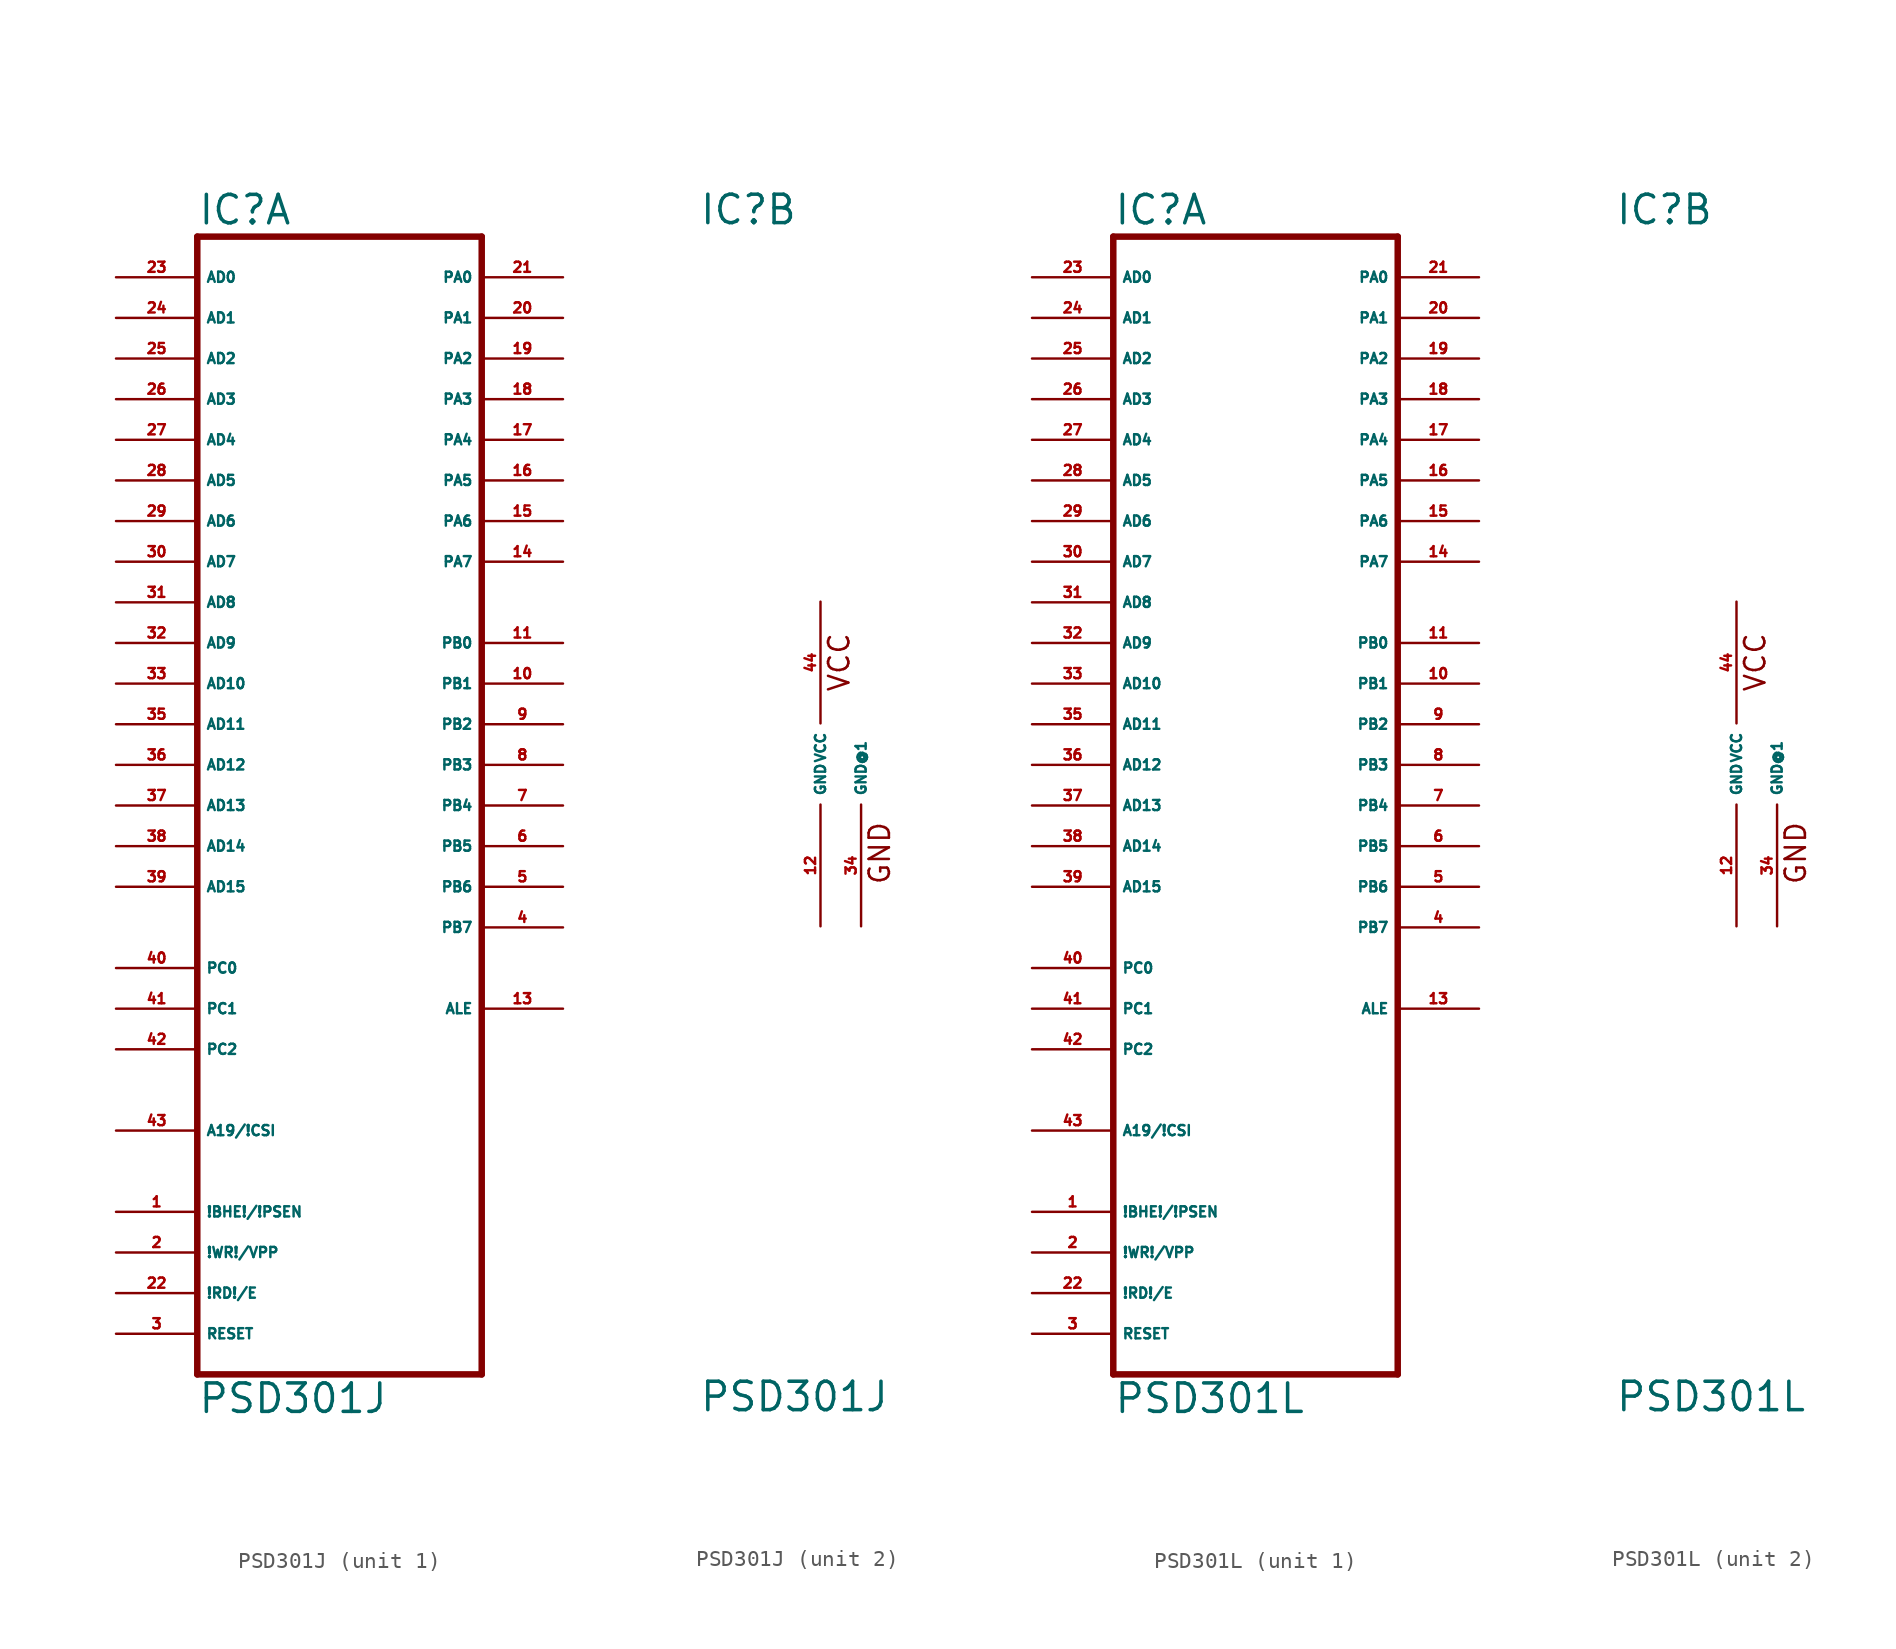
<source format=kicad_sym>
(kicad_symbol_lib
  (version 20220914)
  (generator Eagle2Kicad)
  (symbol "PSD301J"
    (property "Reference" "IC"
      (at -7.62 33.655 0)
      (effects (font (size 1.778 1.778) (thickness 0.22)) (justify left bottom)))
    (property "Value" "PSD301J"
      (at -7.62 -40.64 0)
      (effects (font (size 1.778 1.778) (thickness 0.22)) (justify left bottom)))
    (symbol "PSD301J_1_0"
      (polyline (pts (xy -7.62 -38.1) (xy 10.16 -38.1)) (stroke (width 0.406) (type default)) (fill (type none)))
      (polyline (pts (xy 10.16 -38.1) (xy 10.16 33.02)) (stroke (width 0.406) (type default)) (fill (type none)))
      (polyline (pts (xy 10.16 33.02) (xy -7.62 33.02)) (stroke (width 0.406) (type default)) (fill (type none)))
      (polyline (pts (xy -7.62 33.02) (xy -7.62 -38.1)) (stroke (width 0.406) (type default)) (fill (type none)))
      (pin input line (at -12.7 30.48 0) (length 5.08) (name "AD0" (effects (font (size 0.635 0.635) (thickness 0.08)) (justify left bottom))) (number "23" (effects (font (size 0.635 0.635) (thickness 0.08)) (justify left bottom))))
      (pin input line (at -12.7 27.94 0) (length 5.08) (name "AD1" (effects (font (size 0.635 0.635) (thickness 0.08)) (justify left bottom))) (number "24" (effects (font (size 0.635 0.635) (thickness 0.08)) (justify left bottom))))
      (pin input line (at -12.7 25.4 0) (length 5.08) (name "AD2" (effects (font (size 0.635 0.635) (thickness 0.08)) (justify left bottom))) (number "25" (effects (font (size 0.635 0.635) (thickness 0.08)) (justify left bottom))))
      (pin input line (at -12.7 22.86 0) (length 5.08) (name "AD3" (effects (font (size 0.635 0.635) (thickness 0.08)) (justify left bottom))) (number "26" (effects (font (size 0.635 0.635) (thickness 0.08)) (justify left bottom))))
      (pin input line (at -12.7 20.32 0) (length 5.08) (name "AD4" (effects (font (size 0.635 0.635) (thickness 0.08)) (justify left bottom))) (number "27" (effects (font (size 0.635 0.635) (thickness 0.08)) (justify left bottom))))
      (pin input line (at -12.7 17.78 0) (length 5.08) (name "AD5" (effects (font (size 0.635 0.635) (thickness 0.08)) (justify left bottom))) (number "28" (effects (font (size 0.635 0.635) (thickness 0.08)) (justify left bottom))))
      (pin input line (at -12.7 15.24 0) (length 5.08) (name "AD6" (effects (font (size 0.635 0.635) (thickness 0.08)) (justify left bottom))) (number "29" (effects (font (size 0.635 0.635) (thickness 0.08)) (justify left bottom))))
      (pin input line (at -12.7 12.7 0) (length 5.08) (name "AD7" (effects (font (size 0.635 0.635) (thickness 0.08)) (justify left bottom))) (number "30" (effects (font (size 0.635 0.635) (thickness 0.08)) (justify left bottom))))
      (pin input line (at -12.7 10.16 0) (length 5.08) (name "AD8" (effects (font (size 0.635 0.635) (thickness 0.08)) (justify left bottom))) (number "31" (effects (font (size 0.635 0.635) (thickness 0.08)) (justify left bottom))))
      (pin input line (at -12.7 7.62 0) (length 5.08) (name "AD9" (effects (font (size 0.635 0.635) (thickness 0.08)) (justify left bottom))) (number "32" (effects (font (size 0.635 0.635) (thickness 0.08)) (justify left bottom))))
      (pin input line (at -12.7 5.08 0) (length 5.08) (name "AD10" (effects (font (size 0.635 0.635) (thickness 0.08)) (justify left bottom))) (number "33" (effects (font (size 0.635 0.635) (thickness 0.08)) (justify left bottom))))
      (pin input line (at -12.7 2.54 0) (length 5.08) (name "AD11" (effects (font (size 0.635 0.635) (thickness 0.08)) (justify left bottom))) (number "35" (effects (font (size 0.635 0.635) (thickness 0.08)) (justify left bottom))))
      (pin input line (at -12.7 0 0) (length 5.08) (name "AD12" (effects (font (size 0.635 0.635) (thickness 0.08)) (justify left bottom))) (number "36" (effects (font (size 0.635 0.635) (thickness 0.08)) (justify left bottom))))
      (pin input line (at -12.7 -2.54 0) (length 5.08) (name "AD13" (effects (font (size 0.635 0.635) (thickness 0.08)) (justify left bottom))) (number "37" (effects (font (size 0.635 0.635) (thickness 0.08)) (justify left bottom))))
      (pin input line (at -12.7 -5.08 0) (length 5.08) (name "AD14" (effects (font (size 0.635 0.635) (thickness 0.08)) (justify left bottom))) (number "38" (effects (font (size 0.635 0.635) (thickness 0.08)) (justify left bottom))))
      (pin input line (at -12.7 -7.62 0) (length 5.08) (name "AD15" (effects (font (size 0.635 0.635) (thickness 0.08)) (justify left bottom))) (number "39" (effects (font (size 0.635 0.635) (thickness 0.08)) (justify left bottom))))
      (pin input line (at -12.7 -12.7 0) (length 5.08) (name "PC0" (effects (font (size 0.635 0.635) (thickness 0.08)) (justify left bottom))) (number "40" (effects (font (size 0.635 0.635) (thickness 0.08)) (justify left bottom))))
      (pin input line (at -12.7 -15.24 0) (length 5.08) (name "PC1" (effects (font (size 0.635 0.635) (thickness 0.08)) (justify left bottom))) (number "41" (effects (font (size 0.635 0.635) (thickness 0.08)) (justify left bottom))))
      (pin input line (at -12.7 -17.78 0) (length 5.08) (name "PC2" (effects (font (size 0.635 0.635) (thickness 0.08)) (justify left bottom))) (number "42" (effects (font (size 0.635 0.635) (thickness 0.08)) (justify left bottom))))
      (pin input line (at -12.7 -22.86 0) (length 5.08) (name "A19/!CSI" (effects (font (size 0.635 0.635) (thickness 0.08)) (justify left bottom))) (number "43" (effects (font (size 0.635 0.635) (thickness 0.08)) (justify left bottom))))
      (pin bidirectional line (at 15.24 30.48 180) (length 5.08) (name "PA0" (effects (font (size 0.635 0.635) (thickness 0.08)) (justify left bottom))) (number "21" (effects (font (size 0.635 0.635) (thickness 0.08)) (justify left bottom))))
      (pin bidirectional line (at 15.24 27.94 180) (length 5.08) (name "PA1" (effects (font (size 0.635 0.635) (thickness 0.08)) (justify left bottom))) (number "20" (effects (font (size 0.635 0.635) (thickness 0.08)) (justify left bottom))))
      (pin bidirectional line (at 15.24 25.4 180) (length 5.08) (name "PA2" (effects (font (size 0.635 0.635) (thickness 0.08)) (justify left bottom))) (number "19" (effects (font (size 0.635 0.635) (thickness 0.08)) (justify left bottom))))
      (pin bidirectional line (at 15.24 22.86 180) (length 5.08) (name "PA3" (effects (font (size 0.635 0.635) (thickness 0.08)) (justify left bottom))) (number "18" (effects (font (size 0.635 0.635) (thickness 0.08)) (justify left bottom))))
      (pin bidirectional line (at 15.24 20.32 180) (length 5.08) (name "PA4" (effects (font (size 0.635 0.635) (thickness 0.08)) (justify left bottom))) (number "17" (effects (font (size 0.635 0.635) (thickness 0.08)) (justify left bottom))))
      (pin bidirectional line (at 15.24 17.78 180) (length 5.08) (name "PA5" (effects (font (size 0.635 0.635) (thickness 0.08)) (justify left bottom))) (number "16" (effects (font (size 0.635 0.635) (thickness 0.08)) (justify left bottom))))
      (pin bidirectional line (at 15.24 15.24 180) (length 5.08) (name "PA6" (effects (font (size 0.635 0.635) (thickness 0.08)) (justify left bottom))) (number "15" (effects (font (size 0.635 0.635) (thickness 0.08)) (justify left bottom))))
      (pin bidirectional line (at 15.24 12.7 180) (length 5.08) (name "PA7" (effects (font (size 0.635 0.635) (thickness 0.08)) (justify left bottom))) (number "14" (effects (font (size 0.635 0.635) (thickness 0.08)) (justify left bottom))))
      (pin output line (at 15.24 7.62 180) (length 5.08) (name "PB0" (effects (font (size 0.635 0.635) (thickness 0.08)) (justify left bottom))) (number "11" (effects (font (size 0.635 0.635) (thickness 0.08)) (justify left bottom))))
      (pin output line (at 15.24 5.08 180) (length 5.08) (name "PB1" (effects (font (size 0.635 0.635) (thickness 0.08)) (justify left bottom))) (number "10" (effects (font (size 0.635 0.635) (thickness 0.08)) (justify left bottom))))
      (pin output line (at 15.24 2.54 180) (length 5.08) (name "PB2" (effects (font (size 0.635 0.635) (thickness 0.08)) (justify left bottom))) (number "9" (effects (font (size 0.635 0.635) (thickness 0.08)) (justify left bottom))))
      (pin output line (at 15.24 0 180) (length 5.08) (name "PB3" (effects (font (size 0.635 0.635) (thickness 0.08)) (justify left bottom))) (number "8" (effects (font (size 0.635 0.635) (thickness 0.08)) (justify left bottom))))
      (pin output line (at 15.24 -2.54 180) (length 5.08) (name "PB4" (effects (font (size 0.635 0.635) (thickness 0.08)) (justify left bottom))) (number "7" (effects (font (size 0.635 0.635) (thickness 0.08)) (justify left bottom))))
      (pin output line (at 15.24 -5.08 180) (length 5.08) (name "PB5" (effects (font (size 0.635 0.635) (thickness 0.08)) (justify left bottom))) (number "6" (effects (font (size 0.635 0.635) (thickness 0.08)) (justify left bottom))))
      (pin output line (at 15.24 -7.62 180) (length 5.08) (name "PB6" (effects (font (size 0.635 0.635) (thickness 0.08)) (justify left bottom))) (number "5" (effects (font (size 0.635 0.635) (thickness 0.08)) (justify left bottom))))
      (pin output line (at 15.24 -10.16 180) (length 5.08) (name "PB7" (effects (font (size 0.635 0.635) (thickness 0.08)) (justify left bottom))) (number "4" (effects (font (size 0.635 0.635) (thickness 0.08)) (justify left bottom))))
      (pin output line (at 15.24 -15.24 180) (length 5.08) (name "ALE" (effects (font (size 0.635 0.635) (thickness 0.08)) (justify left bottom))) (number "13" (effects (font (size 0.635 0.635) (thickness 0.08)) (justify left bottom))))
      (pin input line (at -12.7 -27.94 0) (length 5.08) (name "!BHE!/!PSEN" (effects (font (size 0.635 0.635) (thickness 0.08)) (justify left bottom))) (number "1" (effects (font (size 0.635 0.635) (thickness 0.08)) (justify left bottom))))
      (pin input line (at -12.7 -30.48 0) (length 5.08) (name "!WR!/VPP" (effects (font (size 0.635 0.635) (thickness 0.08)) (justify left bottom))) (number "2" (effects (font (size 0.635 0.635) (thickness 0.08)) (justify left bottom))))
      (pin input line (at -12.7 -33.02 0) (length 5.08) (name "!RD!/E" (effects (font (size 0.635 0.635) (thickness 0.08)) (justify left bottom))) (number "22" (effects (font (size 0.635 0.635) (thickness 0.08)) (justify left bottom))))
      (pin input line (at -12.7 -35.56 0) (length 5.08) (name "RESET" (effects (font (size 0.635 0.635) (thickness 0.08)) (justify left bottom))) (number "3" (effects (font (size 0.635 0.635) (thickness 0.08)) (justify left bottom)))))
    (symbol "PSD301J_2_0"
      (text "VCC" (at 1.905 4.445 900) (effects (font (size 1.27 1.27) (thickness 0.16)) (justify left bottom)))
      (text "GND" (at 4.445 -7.62 900) (effects (font (size 1.27 1.27) (thickness 0.16)) (justify left bottom)))
      (pin unspecified line (at 0 10.16 270) (length 7.62) (name "VCC" (effects (font (size 0.635 0.635) (thickness 0.08)) (justify left bottom))) (number "44" (effects (font (size 0.635 0.635) (thickness 0.08)) (justify left bottom))))
      (pin unspecified line (at 0 -10.16 90) (length 7.62) (name "GND" (effects (font (size 0.635 0.635) (thickness 0.08)) (justify left bottom))) (number "12" (effects (font (size 0.635 0.635) (thickness 0.08)) (justify left bottom))))
      (pin unspecified line (at 2.54 -10.16 90) (length 7.62) (name "GND@1" (effects (font (size 0.635 0.635) (thickness 0.08)) (justify left bottom))) (number "34" (effects (font (size 0.635 0.635) (thickness 0.08)) (justify left bottom))))))
  (symbol "PSD301L"
    (property "Reference" "IC"
      (at -7.62 33.655 0)
      (effects (font (size 1.778 1.778) (thickness 0.22)) (justify left bottom)))
    (property "Value" "PSD301L"
      (at -7.62 -40.64 0)
      (effects (font (size 1.778 1.778) (thickness 0.22)) (justify left bottom)))
    (symbol "PSD301L_1_0"
      (polyline (pts (xy -7.62 -38.1) (xy 10.16 -38.1)) (stroke (width 0.406) (type default)) (fill (type none)))
      (polyline (pts (xy 10.16 -38.1) (xy 10.16 33.02)) (stroke (width 0.406) (type default)) (fill (type none)))
      (polyline (pts (xy 10.16 33.02) (xy -7.62 33.02)) (stroke (width 0.406) (type default)) (fill (type none)))
      (polyline (pts (xy -7.62 33.02) (xy -7.62 -38.1)) (stroke (width 0.406) (type default)) (fill (type none)))
      (pin input line (at -12.7 30.48 0) (length 5.08) (name "AD0" (effects (font (size 0.635 0.635) (thickness 0.08)) (justify left bottom))) (number "23" (effects (font (size 0.635 0.635) (thickness 0.08)) (justify left bottom))))
      (pin input line (at -12.7 27.94 0) (length 5.08) (name "AD1" (effects (font (size 0.635 0.635) (thickness 0.08)) (justify left bottom))) (number "24" (effects (font (size 0.635 0.635) (thickness 0.08)) (justify left bottom))))
      (pin input line (at -12.7 25.4 0) (length 5.08) (name "AD2" (effects (font (size 0.635 0.635) (thickness 0.08)) (justify left bottom))) (number "25" (effects (font (size 0.635 0.635) (thickness 0.08)) (justify left bottom))))
      (pin input line (at -12.7 22.86 0) (length 5.08) (name "AD3" (effects (font (size 0.635 0.635) (thickness 0.08)) (justify left bottom))) (number "26" (effects (font (size 0.635 0.635) (thickness 0.08)) (justify left bottom))))
      (pin input line (at -12.7 20.32 0) (length 5.08) (name "AD4" (effects (font (size 0.635 0.635) (thickness 0.08)) (justify left bottom))) (number "27" (effects (font (size 0.635 0.635) (thickness 0.08)) (justify left bottom))))
      (pin input line (at -12.7 17.78 0) (length 5.08) (name "AD5" (effects (font (size 0.635 0.635) (thickness 0.08)) (justify left bottom))) (number "28" (effects (font (size 0.635 0.635) (thickness 0.08)) (justify left bottom))))
      (pin input line (at -12.7 15.24 0) (length 5.08) (name "AD6" (effects (font (size 0.635 0.635) (thickness 0.08)) (justify left bottom))) (number "29" (effects (font (size 0.635 0.635) (thickness 0.08)) (justify left bottom))))
      (pin input line (at -12.7 12.7 0) (length 5.08) (name "AD7" (effects (font (size 0.635 0.635) (thickness 0.08)) (justify left bottom))) (number "30" (effects (font (size 0.635 0.635) (thickness 0.08)) (justify left bottom))))
      (pin input line (at -12.7 10.16 0) (length 5.08) (name "AD8" (effects (font (size 0.635 0.635) (thickness 0.08)) (justify left bottom))) (number "31" (effects (font (size 0.635 0.635) (thickness 0.08)) (justify left bottom))))
      (pin input line (at -12.7 7.62 0) (length 5.08) (name "AD9" (effects (font (size 0.635 0.635) (thickness 0.08)) (justify left bottom))) (number "32" (effects (font (size 0.635 0.635) (thickness 0.08)) (justify left bottom))))
      (pin input line (at -12.7 5.08 0) (length 5.08) (name "AD10" (effects (font (size 0.635 0.635) (thickness 0.08)) (justify left bottom))) (number "33" (effects (font (size 0.635 0.635) (thickness 0.08)) (justify left bottom))))
      (pin input line (at -12.7 2.54 0) (length 5.08) (name "AD11" (effects (font (size 0.635 0.635) (thickness 0.08)) (justify left bottom))) (number "35" (effects (font (size 0.635 0.635) (thickness 0.08)) (justify left bottom))))
      (pin input line (at -12.7 0 0) (length 5.08) (name "AD12" (effects (font (size 0.635 0.635) (thickness 0.08)) (justify left bottom))) (number "36" (effects (font (size 0.635 0.635) (thickness 0.08)) (justify left bottom))))
      (pin input line (at -12.7 -2.54 0) (length 5.08) (name "AD13" (effects (font (size 0.635 0.635) (thickness 0.08)) (justify left bottom))) (number "37" (effects (font (size 0.635 0.635) (thickness 0.08)) (justify left bottom))))
      (pin input line (at -12.7 -5.08 0) (length 5.08) (name "AD14" (effects (font (size 0.635 0.635) (thickness 0.08)) (justify left bottom))) (number "38" (effects (font (size 0.635 0.635) (thickness 0.08)) (justify left bottom))))
      (pin input line (at -12.7 -7.62 0) (length 5.08) (name "AD15" (effects (font (size 0.635 0.635) (thickness 0.08)) (justify left bottom))) (number "39" (effects (font (size 0.635 0.635) (thickness 0.08)) (justify left bottom))))
      (pin input line (at -12.7 -12.7 0) (length 5.08) (name "PC0" (effects (font (size 0.635 0.635) (thickness 0.08)) (justify left bottom))) (number "40" (effects (font (size 0.635 0.635) (thickness 0.08)) (justify left bottom))))
      (pin input line (at -12.7 -15.24 0) (length 5.08) (name "PC1" (effects (font (size 0.635 0.635) (thickness 0.08)) (justify left bottom))) (number "41" (effects (font (size 0.635 0.635) (thickness 0.08)) (justify left bottom))))
      (pin input line (at -12.7 -17.78 0) (length 5.08) (name "PC2" (effects (font (size 0.635 0.635) (thickness 0.08)) (justify left bottom))) (number "42" (effects (font (size 0.635 0.635) (thickness 0.08)) (justify left bottom))))
      (pin input line (at -12.7 -22.86 0) (length 5.08) (name "A19/!CSI" (effects (font (size 0.635 0.635) (thickness 0.08)) (justify left bottom))) (number "43" (effects (font (size 0.635 0.635) (thickness 0.08)) (justify left bottom))))
      (pin bidirectional line (at 15.24 30.48 180) (length 5.08) (name "PA0" (effects (font (size 0.635 0.635) (thickness 0.08)) (justify left bottom))) (number "21" (effects (font (size 0.635 0.635) (thickness 0.08)) (justify left bottom))))
      (pin bidirectional line (at 15.24 27.94 180) (length 5.08) (name "PA1" (effects (font (size 0.635 0.635) (thickness 0.08)) (justify left bottom))) (number "20" (effects (font (size 0.635 0.635) (thickness 0.08)) (justify left bottom))))
      (pin bidirectional line (at 15.24 25.4 180) (length 5.08) (name "PA2" (effects (font (size 0.635 0.635) (thickness 0.08)) (justify left bottom))) (number "19" (effects (font (size 0.635 0.635) (thickness 0.08)) (justify left bottom))))
      (pin bidirectional line (at 15.24 22.86 180) (length 5.08) (name "PA3" (effects (font (size 0.635 0.635) (thickness 0.08)) (justify left bottom))) (number "18" (effects (font (size 0.635 0.635) (thickness 0.08)) (justify left bottom))))
      (pin bidirectional line (at 15.24 20.32 180) (length 5.08) (name "PA4" (effects (font (size 0.635 0.635) (thickness 0.08)) (justify left bottom))) (number "17" (effects (font (size 0.635 0.635) (thickness 0.08)) (justify left bottom))))
      (pin bidirectional line (at 15.24 17.78 180) (length 5.08) (name "PA5" (effects (font (size 0.635 0.635) (thickness 0.08)) (justify left bottom))) (number "16" (effects (font (size 0.635 0.635) (thickness 0.08)) (justify left bottom))))
      (pin bidirectional line (at 15.24 15.24 180) (length 5.08) (name "PA6" (effects (font (size 0.635 0.635) (thickness 0.08)) (justify left bottom))) (number "15" (effects (font (size 0.635 0.635) (thickness 0.08)) (justify left bottom))))
      (pin bidirectional line (at 15.24 12.7 180) (length 5.08) (name "PA7" (effects (font (size 0.635 0.635) (thickness 0.08)) (justify left bottom))) (number "14" (effects (font (size 0.635 0.635) (thickness 0.08)) (justify left bottom))))
      (pin output line (at 15.24 7.62 180) (length 5.08) (name "PB0" (effects (font (size 0.635 0.635) (thickness 0.08)) (justify left bottom))) (number "11" (effects (font (size 0.635 0.635) (thickness 0.08)) (justify left bottom))))
      (pin output line (at 15.24 5.08 180) (length 5.08) (name "PB1" (effects (font (size 0.635 0.635) (thickness 0.08)) (justify left bottom))) (number "10" (effects (font (size 0.635 0.635) (thickness 0.08)) (justify left bottom))))
      (pin output line (at 15.24 2.54 180) (length 5.08) (name "PB2" (effects (font (size 0.635 0.635) (thickness 0.08)) (justify left bottom))) (number "9" (effects (font (size 0.635 0.635) (thickness 0.08)) (justify left bottom))))
      (pin output line (at 15.24 0 180) (length 5.08) (name "PB3" (effects (font (size 0.635 0.635) (thickness 0.08)) (justify left bottom))) (number "8" (effects (font (size 0.635 0.635) (thickness 0.08)) (justify left bottom))))
      (pin output line (at 15.24 -2.54 180) (length 5.08) (name "PB4" (effects (font (size 0.635 0.635) (thickness 0.08)) (justify left bottom))) (number "7" (effects (font (size 0.635 0.635) (thickness 0.08)) (justify left bottom))))
      (pin output line (at 15.24 -5.08 180) (length 5.08) (name "PB5" (effects (font (size 0.635 0.635) (thickness 0.08)) (justify left bottom))) (number "6" (effects (font (size 0.635 0.635) (thickness 0.08)) (justify left bottom))))
      (pin output line (at 15.24 -7.62 180) (length 5.08) (name "PB6" (effects (font (size 0.635 0.635) (thickness 0.08)) (justify left bottom))) (number "5" (effects (font (size 0.635 0.635) (thickness 0.08)) (justify left bottom))))
      (pin output line (at 15.24 -10.16 180) (length 5.08) (name "PB7" (effects (font (size 0.635 0.635) (thickness 0.08)) (justify left bottom))) (number "4" (effects (font (size 0.635 0.635) (thickness 0.08)) (justify left bottom))))
      (pin output line (at 15.24 -15.24 180) (length 5.08) (name "ALE" (effects (font (size 0.635 0.635) (thickness 0.08)) (justify left bottom))) (number "13" (effects (font (size 0.635 0.635) (thickness 0.08)) (justify left bottom))))
      (pin input line (at -12.7 -27.94 0) (length 5.08) (name "!BHE!/!PSEN" (effects (font (size 0.635 0.635) (thickness 0.08)) (justify left bottom))) (number "1" (effects (font (size 0.635 0.635) (thickness 0.08)) (justify left bottom))))
      (pin input line (at -12.7 -30.48 0) (length 5.08) (name "!WR!/VPP" (effects (font (size 0.635 0.635) (thickness 0.08)) (justify left bottom))) (number "2" (effects (font (size 0.635 0.635) (thickness 0.08)) (justify left bottom))))
      (pin input line (at -12.7 -33.02 0) (length 5.08) (name "!RD!/E" (effects (font (size 0.635 0.635) (thickness 0.08)) (justify left bottom))) (number "22" (effects (font (size 0.635 0.635) (thickness 0.08)) (justify left bottom))))
      (pin input line (at -12.7 -35.56 0) (length 5.08) (name "RESET" (effects (font (size 0.635 0.635) (thickness 0.08)) (justify left bottom))) (number "3" (effects (font (size 0.635 0.635) (thickness 0.08)) (justify left bottom)))))
    (symbol "PSD301L_2_0"
      (text "VCC" (at 1.905 4.445 900) (effects (font (size 1.27 1.27) (thickness 0.16)) (justify left bottom)))
      (text "GND" (at 4.445 -7.62 900) (effects (font (size 1.27 1.27) (thickness 0.16)) (justify left bottom)))
      (pin unspecified line (at 0 10.16 270) (length 7.62) (name "VCC" (effects (font (size 0.635 0.635) (thickness 0.08)) (justify left bottom))) (number "44" (effects (font (size 0.635 0.635) (thickness 0.08)) (justify left bottom))))
      (pin unspecified line (at 0 -10.16 90) (length 7.62) (name "GND" (effects (font (size 0.635 0.635) (thickness 0.08)) (justify left bottom))) (number "12" (effects (font (size 0.635 0.635) (thickness 0.08)) (justify left bottom))))
      (pin unspecified line (at 2.54 -10.16 90) (length 7.62) (name "GND@1" (effects (font (size 0.635 0.635) (thickness 0.08)) (justify left bottom))) (number "34" (effects (font (size 0.635 0.635) (thickness 0.08)) (justify left bottom)))))))
</source>
